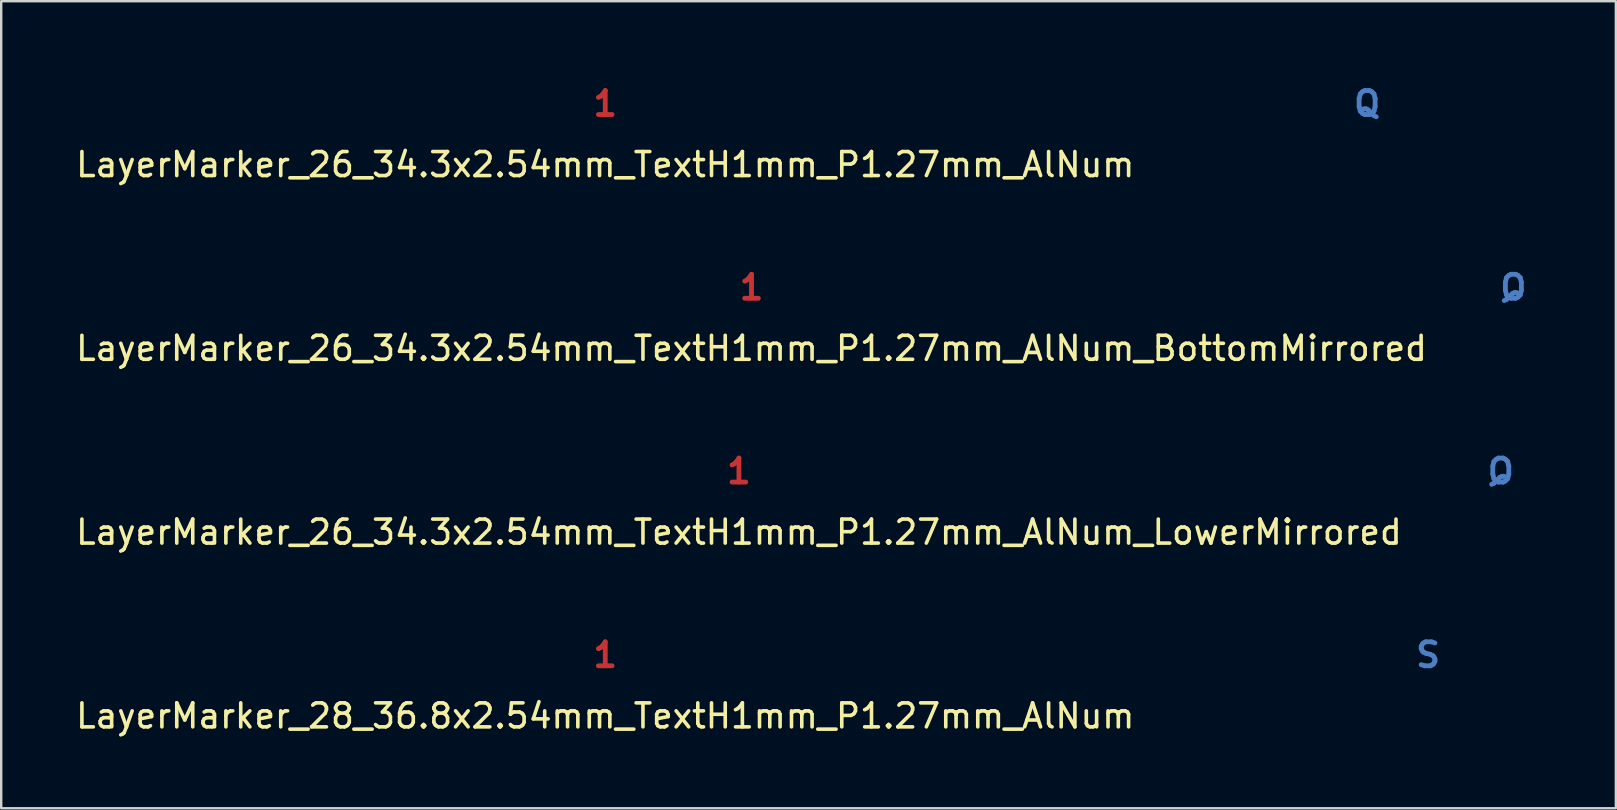
<source format=kicad_pcb>
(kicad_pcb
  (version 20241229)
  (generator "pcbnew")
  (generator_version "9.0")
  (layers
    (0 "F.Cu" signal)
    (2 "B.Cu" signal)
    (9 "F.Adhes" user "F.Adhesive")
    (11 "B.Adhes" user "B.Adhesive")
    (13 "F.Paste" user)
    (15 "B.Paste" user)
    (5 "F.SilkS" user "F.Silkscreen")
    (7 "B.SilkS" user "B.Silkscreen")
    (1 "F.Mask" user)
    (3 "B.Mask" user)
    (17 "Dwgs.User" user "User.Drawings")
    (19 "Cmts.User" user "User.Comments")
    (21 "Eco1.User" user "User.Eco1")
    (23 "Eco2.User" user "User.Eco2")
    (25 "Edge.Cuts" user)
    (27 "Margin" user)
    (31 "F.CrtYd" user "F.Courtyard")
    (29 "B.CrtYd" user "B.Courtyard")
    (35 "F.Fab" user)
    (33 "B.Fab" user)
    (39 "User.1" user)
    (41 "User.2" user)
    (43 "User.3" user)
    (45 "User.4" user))
  (footprint "LayerMarker_26_34.3x2.54mm_TextH1mm_P1.27mm_AlNum_LowerMirrored"
    (layer "F.Cu")
    (at 27.744 17.857)
    (property "Reference" "LayerMarker_26_34.3x2.54mm_TextH1mm_P1.27mm_AlNum_LowerMirrored" (at 0 1.27 0) (layer "F.SilkS") (effects (font (size 1 1) (thickness 0.15))))
    (attr board_only exclude_from_pos_files exclude_from_bom allow_missing_courtyard)
    (fp_text user "1" (at 0 -1.27 0) (layer "F.Cu") (effects (font (size 1 1) (thickness 0.2))))
    (fp_text user "Q" (at 31.75 -1.27 0) (layer "B.Cu") (effects (font (size 1 1) (thickness 0.2)) (justify mirror)))
    (fp_text user "2" (at 1.27 -1.27 0) (layer "In1.Cu") (effects (font (size 1 1) (thickness 0.2))))
    (fp_text user "3" (at 2.54 -1.27 0) (layer "In2.Cu") (effects (font (size 1 1) (thickness 0.2))))
    (fp_text user "4" (at 3.81 -1.27 0) (layer "In3.Cu") (effects (font (size 1 1) (thickness 0.2))))
    (fp_text user "5" (at 5.08 -1.27 0) (layer "In4.Cu") (effects (font (size 1 1) (thickness 0.2))))
    (fp_text user "6" (at 6.35 -1.27 0) (layer "In5.Cu") (effects (font (size 1 1) (thickness 0.2))))
    (fp_text user "7" (at 7.62 -1.27 0) (layer "In6.Cu") (effects (font (size 1 1) (thickness 0.2))))
    (fp_text user "8" (at 8.89 -1.27 0) (layer "In7.Cu") (effects (font (size 1 1) (thickness 0.2))))
    (fp_text user "9" (at 10.16 -1.27 0) (layer "In8.Cu") (effects (font (size 1 1) (thickness 0.2))))
    (fp_text user "A" (at 11.43 -1.27 0) (layer "In9.Cu") (effects (font (size 1 1) (thickness 0.2))))
    (fp_text user "B" (at 12.7 -1.27 0) (layer "In10.Cu") (effects (font (size 1 1) (thickness 0.2))))
    (fp_text user "C" (at 13.97 -1.27 0) (layer "In11.Cu") (effects (font (size 1 1) (thickness 0.2))))
    (fp_text user "D" (at 15.24 -1.27 0) (layer "In12.Cu") (effects (font (size 1 1) (thickness 0.2))))
    (fp_text user "E" (at 16.51 -1.27 0) (layer "In13.Cu") (effects (font (size 1 1) (thickness 0.2)) (justify mirror)))
    (fp_text user "F" (at 17.78 -1.27 0) (layer "In14.Cu") (effects (font (size 1 1) (thickness 0.2)) (justify mirror)))
    (fp_text user "G" (at 19.05 -1.27 0) (layer "In15.Cu") (effects (font (size 1 1) (thickness 0.2)) (justify mirror)))
    (fp_text user "H" (at 20.32 -1.27 0) (layer "In16.Cu") (effects (font (size 1 1) (thickness 0.2)) (justify mirror)))
    (fp_text user "I" (at 21.59 -1.27 0) (layer "In17.Cu") (effects (font (size 1 1) (thickness 0.2)) (justify mirror)))
    (fp_text user "J" (at 22.86 -1.27 0) (layer "In18.Cu") (effects (font (size 1 1) (thickness 0.2)) (justify mirror)))
    (fp_text user "K" (at 24.13 -1.27 0) (layer "In19.Cu") (effects (font (size 1 1) (thickness 0.2)) (justify mirror)))
    (fp_text user "L" (at 25.4 -1.27 0) (layer "In20.Cu") (effects (font (size 1 1) (thickness 0.2)) (justify mirror)))
    (fp_text user "M" (at 26.67 -1.27 0) (layer "In21.Cu") (effects (font (size 1 1) (thickness 0.2)) (justify mirror)))
    (fp_text user "N" (at 27.94 -1.27 0) (layer "In22.Cu") (effects (font (size 1 1) (thickness 0.2)) (justify mirror)))
    (fp_text user "O" (at 29.21 -1.27 0) (layer "In23.Cu") (effects (font (size 1 1) (thickness 0.2)) (justify mirror)))
    (fp_text user "P" (at 30.48 -1.27 0) (layer "In24.Cu") (effects (font (size 1 1) (thickness 0.2)) (justify mirror)))
    (zone (net_name "") (layers "F.Cu" "B.Cu") (hatch edge 0.5) (connect_pads) (min_thickness 0.25) (filled_areas_thickness no) (keepout (tracks not_allowed) (vias not_allowed) (pads not_allowed) (copperpour not_allowed) (footprints allowed)) (placement (enabled no)) (fill) (polygon (pts (xy 26.474 15.316) (xy 60.764 15.316) (xy 60.764 17.857) (xy 26.474 17.857)))))
  (footprint "LayerMarker_28_36.8x2.54mm_TextH1mm_P1.27mm_AlNum"
    (layer "F.Cu")
    (at 22.173 25.515)
    (property "Reference" "LayerMarker_28_36.8x2.54mm_TextH1mm_P1.27mm_AlNum" (at 0 1.27 0) (layer "F.SilkS") (effects (font (size 1 1) (thickness 0.15))))
    (attr board_only exclude_from_pos_files exclude_from_bom allow_missing_courtyard)
    (fp_text user "1" (at 0 -1.27 0) (layer "F.Cu") (effects (font (size 1 1) (thickness 0.2))))
    (fp_text user "S" (at 34.29 -1.27 0) (layer "B.Cu") (effects (font (size 1 1) (thickness 0.2))))
    (fp_text user "2" (at 1.27 -1.27 0) (layer "In1.Cu") (effects (font (size 1 1) (thickness 0.2))))
    (fp_text user "3" (at 2.54 -1.27 0) (layer "In2.Cu") (effects (font (size 1 1) (thickness 0.2))))
    (fp_text user "4" (at 3.81 -1.27 0) (layer "In3.Cu") (effects (font (size 1 1) (thickness 0.2))))
    (fp_text user "5" (at 5.08 -1.27 0) (layer "In4.Cu") (effects (font (size 1 1) (thickness 0.2))))
    (fp_text user "6" (at 6.35 -1.27 0) (layer "In5.Cu") (effects (font (size 1 1) (thickness 0.2))))
    (fp_text user "7" (at 7.62 -1.27 0) (layer "In6.Cu") (effects (font (size 1 1) (thickness 0.2))))
    (fp_text user "8" (at 8.89 -1.27 0) (layer "In7.Cu") (effects (font (size 1 1) (thickness 0.2))))
    (fp_text user "9" (at 10.16 -1.27 0) (layer "In8.Cu") (effects (font (size 1 1) (thickness 0.2))))
    (fp_text user "A" (at 11.43 -1.27 0) (layer "In9.Cu") (effects (font (size 1 1) (thickness 0.2))))
    (fp_text user "B" (at 12.7 -1.27 0) (layer "In10.Cu") (effects (font (size 1 1) (thickness 0.2))))
    (fp_text user "C" (at 13.97 -1.27 0) (layer "In11.Cu") (effects (font (size 1 1) (thickness 0.2))))
    (fp_text user "D" (at 15.24 -1.27 0) (layer "In12.Cu") (effects (font (size 1 1) (thickness 0.2))))
    (fp_text user "E" (at 16.51 -1.27 0) (layer "In13.Cu") (effects (font (size 1 1) (thickness 0.2))))
    (fp_text user "F" (at 17.78 -1.27 0) (layer "In14.Cu") (effects (font (size 1 1) (thickness 0.2))))
    (fp_text user "G" (at 19.05 -1.27 0) (layer "In15.Cu") (effects (font (size 1 1) (thickness 0.2))))
    (fp_text user "H" (at 20.32 -1.27 0) (layer "In16.Cu") (effects (font (size 1 1) (thickness 0.2))))
    (fp_text user "I" (at 21.59 -1.27 0) (layer "In17.Cu") (effects (font (size 1 1) (thickness 0.2))))
    (fp_text user "J" (at 22.86 -1.27 0) (layer "In18.Cu") (effects (font (size 1 1) (thickness 0.2))))
    (fp_text user "K" (at 24.13 -1.27 0) (layer "In19.Cu") (effects (font (size 1 1) (thickness 0.2))))
    (fp_text user "L" (at 25.4 -1.27 0) (layer "In20.Cu") (effects (font (size 1 1) (thickness 0.2))))
    (fp_text user "M" (at 26.67 -1.27 0) (layer "In21.Cu") (effects (font (size 1 1) (thickness 0.2))))
    (fp_text user "N" (at 27.94 -1.27 0) (layer "In22.Cu") (effects (font (size 1 1) (thickness 0.2))))
    (fp_text user "O" (at 29.21 -1.27 0) (layer "In23.Cu") (effects (font (size 1 1) (thickness 0.2))))
    (fp_text user "P" (at 30.48 -1.27 0) (layer "In24.Cu") (effects (font (size 1 1) (thickness 0.2))))
    (fp_text user "Q" (at 31.75 -1.27 0) (layer "In25.Cu") (effects (font (size 1 1) (thickness 0.2))))
    (fp_text user "R" (at 33.02 -1.27 0) (layer "In26.Cu") (effects (font (size 1 1) (thickness 0.2))))
    (zone (net_name "") (layers "F.Cu" "B.Cu") (hatch edge 0.5) (connect_pads) (min_thickness 0.25) (filled_areas_thickness no) (keepout (tracks not_allowed) (vias not_allowed) (pads not_allowed) (copperpour not_allowed) (footprints allowed)) (placement (enabled no)) (fill) (polygon (pts (xy 20.903 22.975) (xy 57.733 22.975) (xy 57.733 25.515) (xy 20.903 25.515)))))
  (footprint "LayerMarker_26_34.3x2.54mm_TextH1mm_P1.27mm_AlNum"
    (layer "F.Cu")
    (at 22.173 2.54)
    (property "Reference" "LayerMarker_26_34.3x2.54mm_TextH1mm_P1.27mm_AlNum" (at 0 1.27 0) (layer "F.SilkS") (effects (font (size 1 1) (thickness 0.15))))
    (attr board_only exclude_from_pos_files exclude_from_bom allow_missing_courtyard)
    (fp_text user "1" (at 0 -1.27 0) (layer "F.Cu") (effects (font (size 1 1) (thickness 0.2))))
    (fp_text user "Q" (at 31.75 -1.27 0) (layer "B.Cu") (effects (font (size 1 1) (thickness 0.2))))
    (fp_text user "2" (at 1.27 -1.27 0) (layer "In1.Cu") (effects (font (size 1 1) (thickness 0.2))))
    (fp_text user "3" (at 2.54 -1.27 0) (layer "In2.Cu") (effects (font (size 1 1) (thickness 0.2))))
    (fp_text user "4" (at 3.81 -1.27 0) (layer "In3.Cu") (effects (font (size 1 1) (thickness 0.2))))
    (fp_text user "5" (at 5.08 -1.27 0) (layer "In4.Cu") (effects (font (size 1 1) (thickness 0.2))))
    (fp_text user "6" (at 6.35 -1.27 0) (layer "In5.Cu") (effects (font (size 1 1) (thickness 0.2))))
    (fp_text user "7" (at 7.62 -1.27 0) (layer "In6.Cu") (effects (font (size 1 1) (thickness 0.2))))
    (fp_text user "8" (at 8.89 -1.27 0) (layer "In7.Cu") (effects (font (size 1 1) (thickness 0.2))))
    (fp_text user "9" (at 10.16 -1.27 0) (layer "In8.Cu") (effects (font (size 1 1) (thickness 0.2))))
    (fp_text user "A" (at 11.43 -1.27 0) (layer "In9.Cu") (effects (font (size 1 1) (thickness 0.2))))
    (fp_text user "B" (at 12.7 -1.27 0) (layer "In10.Cu") (effects (font (size 1 1) (thickness 0.2))))
    (fp_text user "C" (at 13.97 -1.27 0) (layer "In11.Cu") (effects (font (size 1 1) (thickness 0.2))))
    (fp_text user "D" (at 15.24 -1.27 0) (layer "In12.Cu") (effects (font (size 1 1) (thickness 0.2))))
    (fp_text user "E" (at 16.51 -1.27 0) (layer "In13.Cu") (effects (font (size 1 1) (thickness 0.2))))
    (fp_text user "F" (at 17.78 -1.27 0) (layer "In14.Cu") (effects (font (size 1 1) (thickness 0.2))))
    (fp_text user "G" (at 19.05 -1.27 0) (layer "In15.Cu") (effects (font (size 1 1) (thickness 0.2))))
    (fp_text user "H" (at 20.32 -1.27 0) (layer "In16.Cu") (effects (font (size 1 1) (thickness 0.2))))
    (fp_text user "I" (at 21.59 -1.27 0) (layer "In17.Cu") (effects (font (size 1 1) (thickness 0.2))))
    (fp_text user "J" (at 22.86 -1.27 0) (layer "In18.Cu") (effects (font (size 1 1) (thickness 0.2))))
    (fp_text user "K" (at 24.13 -1.27 0) (layer "In19.Cu") (effects (font (size 1 1) (thickness 0.2))))
    (fp_text user "L" (at 25.4 -1.27 0) (layer "In20.Cu") (effects (font (size 1 1) (thickness 0.2))))
    (fp_text user "M" (at 26.67 -1.27 0) (layer "In21.Cu") (effects (font (size 1 1) (thickness 0.2))))
    (fp_text user "N" (at 27.94 -1.27 0) (layer "In22.Cu") (effects (font (size 1 1) (thickness 0.2))))
    (fp_text user "O" (at 29.21 -1.27 0) (layer "In23.Cu") (effects (font (size 1 1) (thickness 0.2))))
    (fp_text user "P" (at 30.48 -1.27 0) (layer "In24.Cu") (effects (font (size 1 1) (thickness 0.2))))
    (zone (net_name "") (layers "F.Cu" "B.Cu") (hatch edge 0.5) (connect_pads) (min_thickness 0.25) (filled_areas_thickness no) (keepout (tracks not_allowed) (vias not_allowed) (pads not_allowed) (copperpour not_allowed) (footprints allowed)) (placement (enabled no)) (fill) (polygon (pts (xy 20.903 0) (xy 55.193 0) (xy 55.193 2.54) (xy 20.903 2.54)))))
  (footprint "LayerMarker_26_34.3x2.54mm_TextH1mm_P1.27mm_AlNum_BottomMirrored"
    (layer "F.Cu")
    (at 28.268 10.198)
    (property "Reference" "LayerMarker_26_34.3x2.54mm_TextH1mm_P1.27mm_AlNum_BottomMirrored" (at 0 1.27 0) (layer "F.SilkS") (effects (font (size 1 1) (thickness 0.15))))
    (attr board_only exclude_from_pos_files exclude_from_bom allow_missing_courtyard)
    (fp_text user "1" (at 0 -1.27 0) (layer "F.Cu") (effects (font (size 1 1) (thickness 0.2))))
    (fp_text user "Q" (at 31.75 -1.27 0) (layer "B.Cu") (effects (font (size 1 1) (thickness 0.2)) (justify mirror)))
    (fp_text user "2" (at 1.27 -1.27 0) (layer "In1.Cu") (effects (font (size 1 1) (thickness 0.2))))
    (fp_text user "3" (at 2.54 -1.27 0) (layer "In2.Cu") (effects (font (size 1 1) (thickness 0.2))))
    (fp_text user "4" (at 3.81 -1.27 0) (layer "In3.Cu") (effects (font (size 1 1) (thickness 0.2))))
    (fp_text user "5" (at 5.08 -1.27 0) (layer "In4.Cu") (effects (font (size 1 1) (thickness 0.2))))
    (fp_text user "6" (at 6.35 -1.27 0) (layer "In5.Cu") (effects (font (size 1 1) (thickness 0.2))))
    (fp_text user "7" (at 7.62 -1.27 0) (layer "In6.Cu") (effects (font (size 1 1) (thickness 0.2))))
    (fp_text user "8" (at 8.89 -1.27 0) (layer "In7.Cu") (effects (font (size 1 1) (thickness 0.2))))
    (fp_text user "9" (at 10.16 -1.27 0) (layer "In8.Cu") (effects (font (size 1 1) (thickness 0.2))))
    (fp_text user "A" (at 11.43 -1.27 0) (layer "In9.Cu") (effects (font (size 1 1) (thickness 0.2))))
    (fp_text user "B" (at 12.7 -1.27 0) (layer "In10.Cu") (effects (font (size 1 1) (thickness 0.2))))
    (fp_text user "C" (at 13.97 -1.27 0) (layer "In11.Cu") (effects (font (size 1 1) (thickness 0.2))))
    (fp_text user "D" (at 15.24 -1.27 0) (layer "In12.Cu") (effects (font (size 1 1) (thickness 0.2))))
    (fp_text user "E" (at 16.51 -1.27 0) (layer "In13.Cu") (effects (font (size 1 1) (thickness 0.2))))
    (fp_text user "F" (at 17.78 -1.27 0) (layer "In14.Cu") (effects (font (size 1 1) (thickness 0.2))))
    (fp_text user "G" (at 19.05 -1.27 0) (layer "In15.Cu") (effects (font (size 1 1) (thickness 0.2))))
    (fp_text user "H" (at 20.32 -1.27 0) (layer "In16.Cu") (effects (font (size 1 1) (thickness 0.2))))
    (fp_text user "I" (at 21.59 -1.27 0) (layer "In17.Cu") (effects (font (size 1 1) (thickness 0.2))))
    (fp_text user "J" (at 22.86 -1.27 0) (layer "In18.Cu") (effects (font (size 1 1) (thickness 0.2))))
    (fp_text user "K" (at 24.13 -1.27 0) (layer "In19.Cu") (effects (font (size 1 1) (thickness 0.2))))
    (fp_text user "L" (at 25.4 -1.27 0) (layer "In20.Cu") (effects (font (size 1 1) (thickness 0.2))))
    (fp_text user "M" (at 26.67 -1.27 0) (layer "In21.Cu") (effects (font (size 1 1) (thickness 0.2))))
    (fp_text user "N" (at 27.94 -1.27 0) (layer "In22.Cu") (effects (font (size 1 1) (thickness 0.2))))
    (fp_text user "O" (at 29.21 -1.27 0) (layer "In23.Cu") (effects (font (size 1 1) (thickness 0.2))))
    (fp_text user "P" (at 30.48 -1.27 0) (layer "In24.Cu") (effects (font (size 1 1) (thickness 0.2))))
    (zone (net_name "") (layers "F.Cu" "B.Cu") (hatch edge 0.5) (connect_pads) (min_thickness 0.25) (filled_areas_thickness no) (keepout (tracks not_allowed) (vias not_allowed) (pads not_allowed) (copperpour not_allowed) (footprints allowed)) (placement (enabled no)) (fill) (polygon (pts (xy 26.998 7.658) (xy 61.288 7.658) (xy 61.288 10.198) (xy 26.998 10.198)))))
  (gr_rect
    (start -3 -3)
    (end 64.288 30.633)
    (stroke (width 0.1) (type default))
    (fill no)
    (layer "Edge.Cuts")))
</source>
